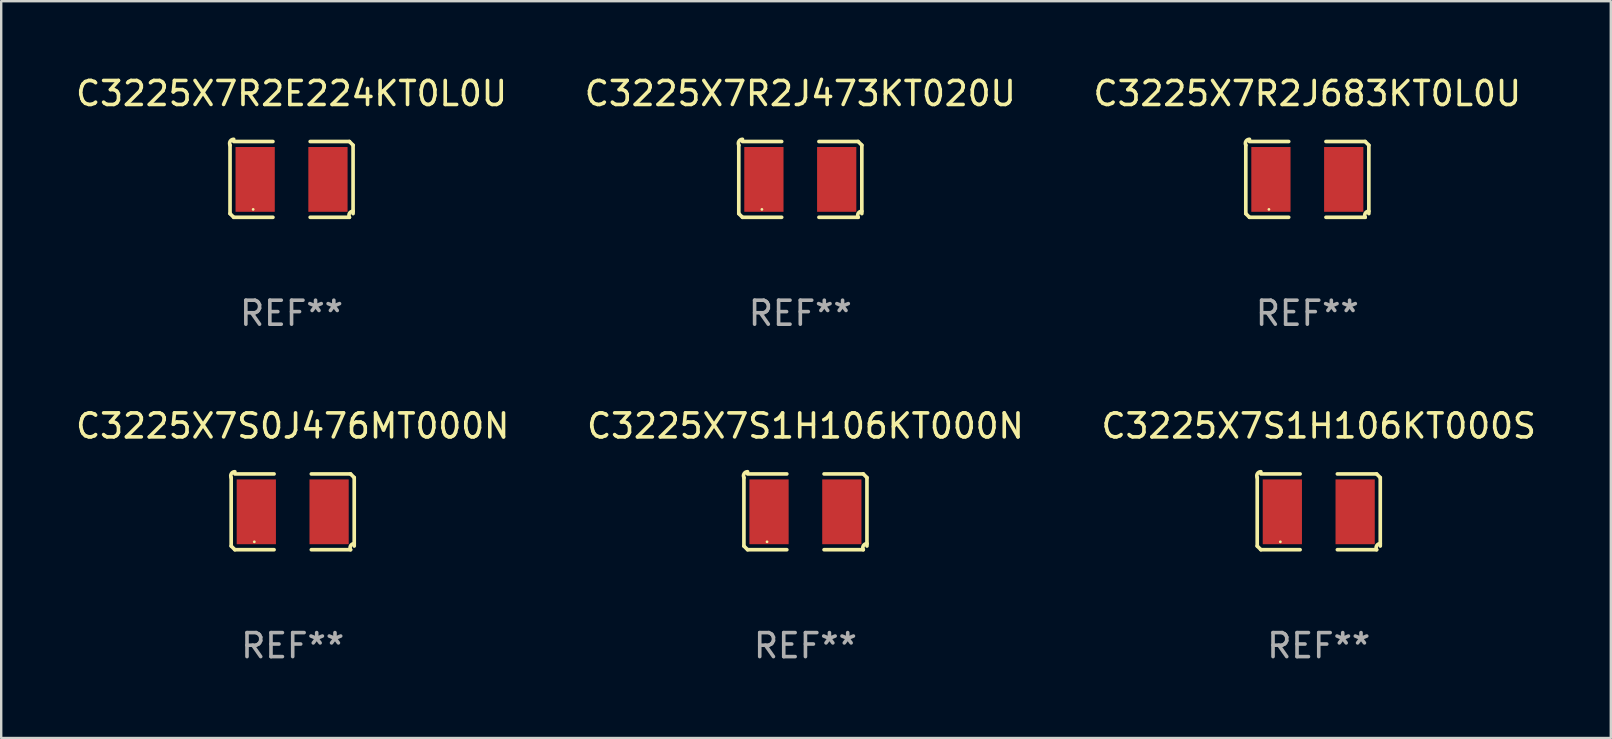
<source format=kicad_pcb>
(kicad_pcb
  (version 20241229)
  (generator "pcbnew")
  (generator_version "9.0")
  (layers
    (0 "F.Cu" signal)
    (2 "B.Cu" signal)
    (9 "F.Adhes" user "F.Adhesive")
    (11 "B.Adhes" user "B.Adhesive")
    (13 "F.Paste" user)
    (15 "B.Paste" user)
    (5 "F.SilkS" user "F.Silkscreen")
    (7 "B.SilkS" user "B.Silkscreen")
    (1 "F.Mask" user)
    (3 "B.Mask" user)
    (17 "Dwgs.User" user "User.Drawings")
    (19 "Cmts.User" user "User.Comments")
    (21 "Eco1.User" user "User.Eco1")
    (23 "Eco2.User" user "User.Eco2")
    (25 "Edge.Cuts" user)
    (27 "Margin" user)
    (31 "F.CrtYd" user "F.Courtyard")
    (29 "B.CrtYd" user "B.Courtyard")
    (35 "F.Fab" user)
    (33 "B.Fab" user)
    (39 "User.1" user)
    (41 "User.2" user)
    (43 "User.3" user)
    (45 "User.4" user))
  (footprint "C3225X7S1H106KT000N"
    (layer "F.Cu")
    (at 30.518 18.281)
    (property "Reference" "C3225X7S1H106KT000N" (at 0 -3.579 0) (layer "F.SilkS") (effects (font (size 1 1) (thickness 0.15))))
    (attr through_hole)
    (fp_line (start -2.564 1.426) (end -2.564 -1.426) (stroke (width 0.152) (type solid)) (layer "F.SilkS"))
    (fp_line (start -2.411 -1.579) (end -0.776 -1.579) (stroke (width 0.152) (type solid)) (layer "F.SilkS"))
    (fp_line (start -0.776 1.579) (end -2.411 1.579) (stroke (width 0.152) (type solid)) (layer "F.SilkS"))
    (fp_line (start 0.776 1.579) (end 2.411 1.579) (stroke (width 0.152) (type solid)) (layer "F.SilkS"))
    (fp_line (start 2.411 -1.579) (end 0.776 -1.579) (stroke (width 0.152) (type solid)) (layer "F.SilkS"))
    (fp_line (start 2.564 1.426) (end 2.564 -1.426) (stroke (width 0.152) (type solid)) (layer "F.SilkS"))
    (fp_arc (start -2.563602 -1.426213) (mid -2.555597 -1.591233) (end -2.411201 -1.671518) (stroke (width 0.1524) (type solid)) (layer "F.SilkS"))
    (fp_arc (start -2.5636 1.426214) (mid -2.487389 1.502402) (end -2.411201 1.578613) (stroke (width 0.1524) (type solid)) (layer "F.SilkS"))
    (fp_arc (start 2.411197 -1.578618) (mid 2.487403 -1.502419) (end 2.563602 -1.426213) (stroke (width 0.1524) (type solid)) (layer "F.SilkS"))
    (fp_arc (start 2.411201 1.578613) (mid 2.416214 1.409455) (end 2.563602 1.32629) (stroke (width 0.1524) (type solid)) (layer "F.SilkS"))
    (fp_circle (center -1.6 1.25) (end -1.57 1.25) (stroke (width 0.06) (type solid)) (fill no) (layer "F.SilkS"))
    (fp_text user "REF**" (at 0 5.579 0) (layer "F.Fab") (effects (font (size 1 1) (thickness 0.15))))
    (pad "1" smd rect (at -1.517 0) (size 1.635 2.7) (layers "F.Cu" "F.Mask" "F.Paste"))
    (pad "2" smd rect (at 1.517 0) (size 1.635 2.7) (layers "F.Cu" "F.Mask" "F.Paste")))
  (footprint "C3225X7S1H106KT000S"
    (layer "F.Cu")
    (at 51.911 18.281)
    (property "Reference" "C3225X7S1H106KT000S" (at 0 -3.579 0) (layer "F.SilkS") (effects (font (size 1 1) (thickness 0.15))))
    (attr through_hole)
    (fp_line (start -2.564 1.426) (end -2.564 -1.426) (stroke (width 0.152) (type solid)) (layer "F.SilkS"))
    (fp_line (start -2.411 -1.579) (end -0.776 -1.579) (stroke (width 0.152) (type solid)) (layer "F.SilkS"))
    (fp_line (start -0.776 1.579) (end -2.411 1.579) (stroke (width 0.152) (type solid)) (layer "F.SilkS"))
    (fp_line (start 0.776 1.579) (end 2.411 1.579) (stroke (width 0.152) (type solid)) (layer "F.SilkS"))
    (fp_line (start 2.411 -1.579) (end 0.776 -1.579) (stroke (width 0.152) (type solid)) (layer "F.SilkS"))
    (fp_line (start 2.564 1.426) (end 2.564 -1.426) (stroke (width 0.152) (type solid)) (layer "F.SilkS"))
    (fp_arc (start -2.563602 -1.426213) (mid -2.555597 -1.591233) (end -2.411201 -1.671518) (stroke (width 0.1524) (type solid)) (layer "F.SilkS"))
    (fp_arc (start -2.5636 1.426214) (mid -2.487389 1.502402) (end -2.411201 1.578613) (stroke (width 0.1524) (type solid)) (layer "F.SilkS"))
    (fp_arc (start 2.411197 -1.578618) (mid 2.487403 -1.502419) (end 2.563602 -1.426213) (stroke (width 0.1524) (type solid)) (layer "F.SilkS"))
    (fp_arc (start 2.411201 1.578613) (mid 2.416214 1.409455) (end 2.563602 1.32629) (stroke (width 0.1524) (type solid)) (layer "F.SilkS"))
    (fp_circle (center -1.6 1.25) (end -1.57 1.25) (stroke (width 0.06) (type solid)) (fill no) (layer "F.SilkS"))
    (fp_text user "REF**" (at 0 5.579 0) (layer "F.Fab") (effects (font (size 1 1) (thickness 0.15))))
    (pad "1" smd rect (at -1.517 0) (size 1.635 2.7) (layers "F.Cu" "F.Mask" "F.Paste"))
    (pad "2" smd rect (at 1.517 0) (size 1.635 2.7) (layers "F.Cu" "F.Mask" "F.Paste")))
  (footprint "C3225X7R2E224KT0L0U"
    (layer "F.Cu")
    (at 9.101 4.427)
    (property "Reference" "C3225X7R2E224KT0L0U" (at 0 -3.579 0) (layer "F.SilkS") (effects (font (size 1 1) (thickness 0.15))))
    (attr through_hole)
    (fp_line (start -2.564 1.426) (end -2.564 -1.426) (stroke (width 0.152) (type solid)) (layer "F.SilkS"))
    (fp_line (start -2.411 -1.579) (end -0.776 -1.579) (stroke (width 0.152) (type solid)) (layer "F.SilkS"))
    (fp_line (start -0.776 1.579) (end -2.411 1.579) (stroke (width 0.152) (type solid)) (layer "F.SilkS"))
    (fp_line (start 0.776 1.579) (end 2.411 1.579) (stroke (width 0.152) (type solid)) (layer "F.SilkS"))
    (fp_line (start 2.411 -1.579) (end 0.776 -1.579) (stroke (width 0.152) (type solid)) (layer "F.SilkS"))
    (fp_line (start 2.564 1.426) (end 2.564 -1.426) (stroke (width 0.152) (type solid)) (layer "F.SilkS"))
    (fp_arc (start -2.563602 -1.426213) (mid -2.555597 -1.591233) (end -2.411201 -1.671518) (stroke (width 0.1524) (type solid)) (layer "F.SilkS"))
    (fp_arc (start -2.5636 1.426214) (mid -2.487389 1.502402) (end -2.411201 1.578613) (stroke (width 0.1524) (type solid)) (layer "F.SilkS"))
    (fp_arc (start 2.411197 -1.578618) (mid 2.487403 -1.502419) (end 2.563602 -1.426213) (stroke (width 0.1524) (type solid)) (layer "F.SilkS"))
    (fp_arc (start 2.411201 1.578613) (mid 2.416214 1.409455) (end 2.563602 1.32629) (stroke (width 0.1524) (type solid)) (layer "F.SilkS"))
    (fp_circle (center -1.6 1.25) (end -1.57 1.25) (stroke (width 0.06) (type solid)) (fill no) (layer "F.SilkS"))
    (fp_text user "REF**" (at 0 5.579 0) (layer "F.Fab") (effects (font (size 1 1) (thickness 0.15))))
    (pad "1" smd rect (at -1.517 0) (size 1.635 2.7) (layers "F.Cu" "F.Mask" "F.Paste"))
    (pad "2" smd rect (at 1.517 0) (size 1.635 2.7) (layers "F.Cu" "F.Mask" "F.Paste")))
  (footprint "C3225X7S0J476MT000N"
    (layer "F.Cu")
    (at 9.149 18.281)
    (property "Reference" "C3225X7S0J476MT000N" (at 0 -3.579 0) (layer "F.SilkS") (effects (font (size 1 1) (thickness 0.15))))
    (attr through_hole)
    (fp_line (start -2.564 1.426) (end -2.564 -1.426) (stroke (width 0.152) (type solid)) (layer "F.SilkS"))
    (fp_line (start -2.411 -1.579) (end -0.776 -1.579) (stroke (width 0.152) (type solid)) (layer "F.SilkS"))
    (fp_line (start -0.776 1.579) (end -2.411 1.579) (stroke (width 0.152) (type solid)) (layer "F.SilkS"))
    (fp_line (start 0.776 1.579) (end 2.411 1.579) (stroke (width 0.152) (type solid)) (layer "F.SilkS"))
    (fp_line (start 2.411 -1.579) (end 0.776 -1.579) (stroke (width 0.152) (type solid)) (layer "F.SilkS"))
    (fp_line (start 2.564 1.426) (end 2.564 -1.426) (stroke (width 0.152) (type solid)) (layer "F.SilkS"))
    (fp_arc (start -2.563602 -1.426213) (mid -2.555597 -1.591233) (end -2.411201 -1.671518) (stroke (width 0.1524) (type solid)) (layer "F.SilkS"))
    (fp_arc (start -2.5636 1.426214) (mid -2.487389 1.502402) (end -2.411201 1.578613) (stroke (width 0.1524) (type solid)) (layer "F.SilkS"))
    (fp_arc (start 2.411197 -1.578618) (mid 2.487403 -1.502419) (end 2.563602 -1.426213) (stroke (width 0.1524) (type solid)) (layer "F.SilkS"))
    (fp_arc (start 2.411201 1.578613) (mid 2.416214 1.409455) (end 2.563602 1.32629) (stroke (width 0.1524) (type solid)) (layer "F.SilkS"))
    (fp_circle (center -1.6 1.25) (end -1.57 1.25) (stroke (width 0.06) (type solid)) (fill no) (layer "F.SilkS"))
    (fp_text user "REF**" (at 0 5.579 0) (layer "F.Fab") (effects (font (size 1 1) (thickness 0.15))))
    (pad "1" smd rect (at -1.517 0) (size 1.635 2.7) (layers "F.Cu" "F.Mask" "F.Paste"))
    (pad "2" smd rect (at 1.517 0) (size 1.635 2.7) (layers "F.Cu" "F.Mask" "F.Paste")))
  (footprint "C3225X7R2J473KT020U"
    (layer "F.Cu")
    (at 30.304 4.427)
    (property "Reference" "C3225X7R2J473KT020U" (at 0 -3.579 0) (layer "F.SilkS") (effects (font (size 1 1) (thickness 0.15))))
    (attr through_hole)
    (fp_line (start -2.564 1.426) (end -2.564 -1.426) (stroke (width 0.152) (type solid)) (layer "F.SilkS"))
    (fp_line (start -2.411 -1.579) (end -0.776 -1.579) (stroke (width 0.152) (type solid)) (layer "F.SilkS"))
    (fp_line (start -0.776 1.579) (end -2.411 1.579) (stroke (width 0.152) (type solid)) (layer "F.SilkS"))
    (fp_line (start 0.776 1.579) (end 2.411 1.579) (stroke (width 0.152) (type solid)) (layer "F.SilkS"))
    (fp_line (start 2.411 -1.579) (end 0.776 -1.579) (stroke (width 0.152) (type solid)) (layer "F.SilkS"))
    (fp_line (start 2.564 1.426) (end 2.564 -1.426) (stroke (width 0.152) (type solid)) (layer "F.SilkS"))
    (fp_arc (start -2.563602 -1.426213) (mid -2.555597 -1.591233) (end -2.411201 -1.671518) (stroke (width 0.1524) (type solid)) (layer "F.SilkS"))
    (fp_arc (start -2.5636 1.426214) (mid -2.487389 1.502402) (end -2.411201 1.578613) (stroke (width 0.1524) (type solid)) (layer "F.SilkS"))
    (fp_arc (start 2.411197 -1.578618) (mid 2.487403 -1.502419) (end 2.563602 -1.426213) (stroke (width 0.1524) (type solid)) (layer "F.SilkS"))
    (fp_arc (start 2.411201 1.578613) (mid 2.416214 1.409455) (end 2.563602 1.32629) (stroke (width 0.1524) (type solid)) (layer "F.SilkS"))
    (fp_circle (center -1.6 1.25) (end -1.57 1.25) (stroke (width 0.06) (type solid)) (fill no) (layer "F.SilkS"))
    (fp_text user "REF**" (at 0 5.579 0) (layer "F.Fab") (effects (font (size 1 1) (thickness 0.15))))
    (pad "1" smd rect (at -1.517 0) (size 1.635 2.7) (layers "F.Cu" "F.Mask" "F.Paste"))
    (pad "2" smd rect (at 1.517 0) (size 1.635 2.7) (layers "F.Cu" "F.Mask" "F.Paste")))
  (footprint "C3225X7R2J683KT0L0U"
    (layer "F.Cu")
    (at 51.435 4.427)
    (property "Reference" "C3225X7R2J683KT0L0U" (at 0 -3.579 0) (layer "F.SilkS") (effects (font (size 1 1) (thickness 0.15))))
    (attr through_hole)
    (fp_line (start -2.564 1.426) (end -2.564 -1.426) (stroke (width 0.152) (type solid)) (layer "F.SilkS"))
    (fp_line (start -2.411 -1.579) (end -0.776 -1.579) (stroke (width 0.152) (type solid)) (layer "F.SilkS"))
    (fp_line (start -0.776 1.579) (end -2.411 1.579) (stroke (width 0.152) (type solid)) (layer "F.SilkS"))
    (fp_line (start 0.776 1.579) (end 2.411 1.579) (stroke (width 0.152) (type solid)) (layer "F.SilkS"))
    (fp_line (start 2.411 -1.579) (end 0.776 -1.579) (stroke (width 0.152) (type solid)) (layer "F.SilkS"))
    (fp_line (start 2.564 1.426) (end 2.564 -1.426) (stroke (width 0.152) (type solid)) (layer "F.SilkS"))
    (fp_arc (start -2.563602 -1.426213) (mid -2.555597 -1.591233) (end -2.411201 -1.671518) (stroke (width 0.1524) (type solid)) (layer "F.SilkS"))
    (fp_arc (start -2.5636 1.426214) (mid -2.487389 1.502402) (end -2.411201 1.578613) (stroke (width 0.1524) (type solid)) (layer "F.SilkS"))
    (fp_arc (start 2.411197 -1.578618) (mid 2.487403 -1.502419) (end 2.563602 -1.426213) (stroke (width 0.1524) (type solid)) (layer "F.SilkS"))
    (fp_arc (start 2.411201 1.578613) (mid 2.416214 1.409455) (end 2.563602 1.32629) (stroke (width 0.1524) (type solid)) (layer "F.SilkS"))
    (fp_circle (center -1.6 1.25) (end -1.57 1.25) (stroke (width 0.06) (type solid)) (fill no) (layer "F.SilkS"))
    (fp_text user "REF**" (at 0 5.579 0) (layer "F.Fab") (effects (font (size 1 1) (thickness 0.15))))
    (pad "1" smd rect (at -1.517 0) (size 1.635 2.7) (layers "F.Cu" "F.Mask" "F.Paste"))
    (pad "2" smd rect (at 1.517 0) (size 1.635 2.7) (layers "F.Cu" "F.Mask" "F.Paste")))
  (gr_rect
    (start -3 -3)
    (end 64.083 27.707)
    (stroke (width 0.1) (type default))
    (fill no)
    (layer "Edge.Cuts")))
</source>
